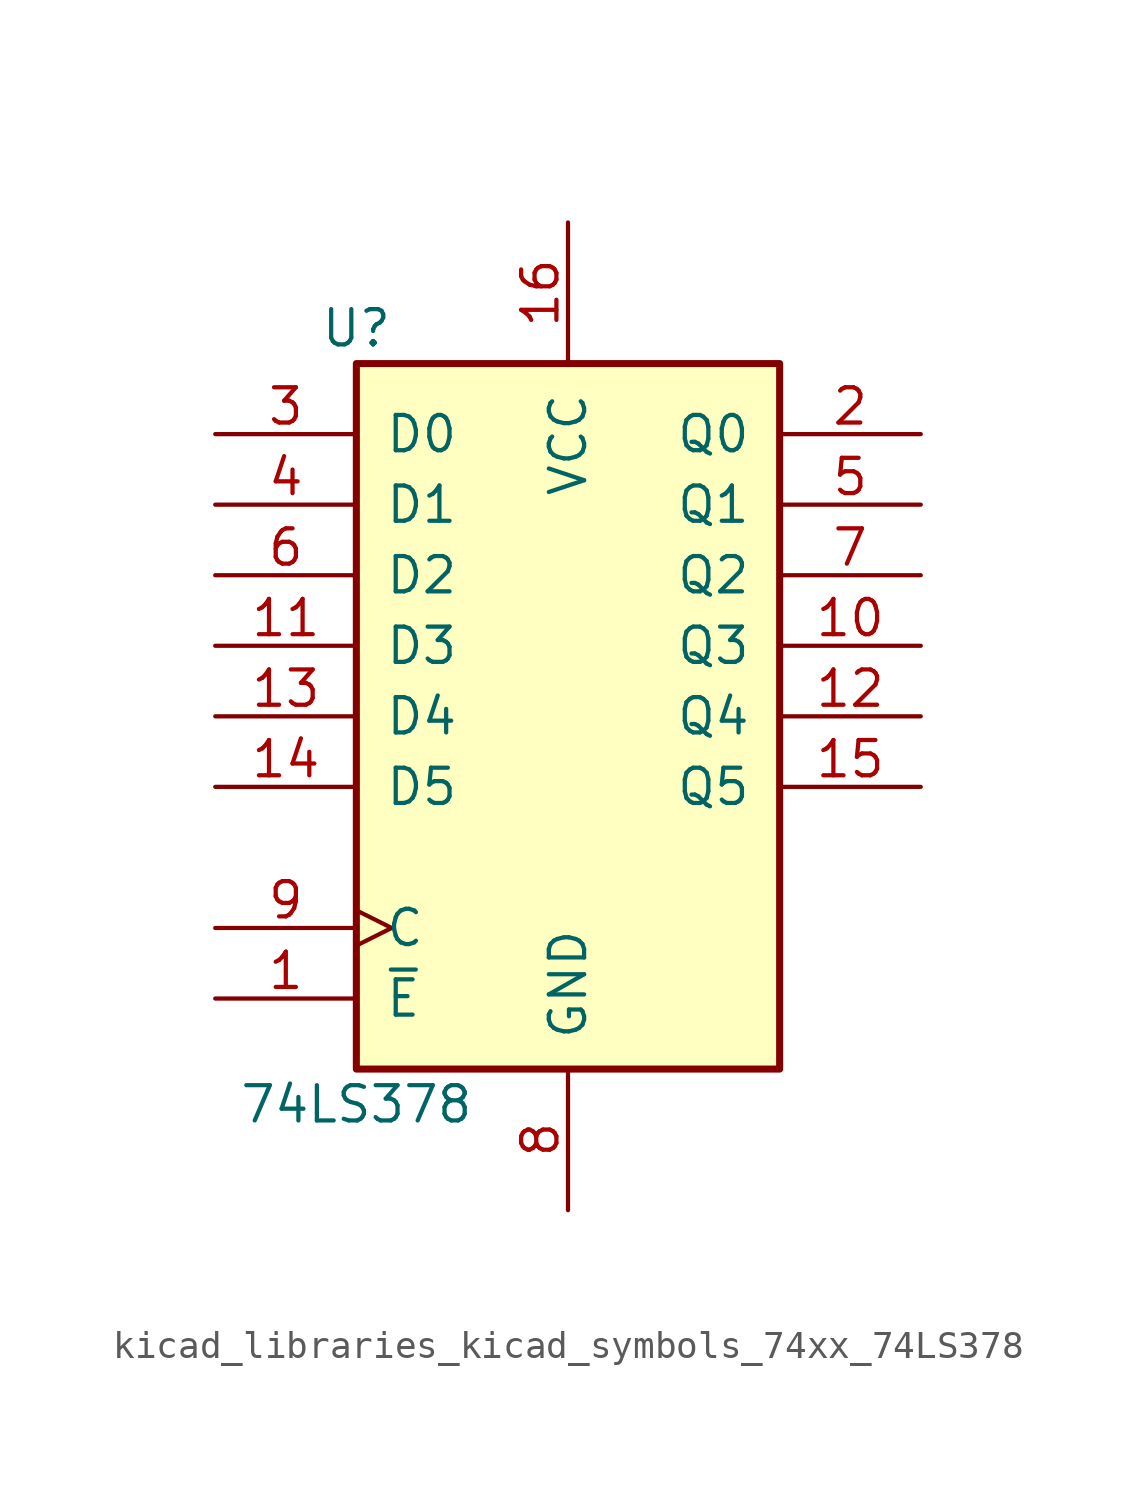
<source format=kicad_sym>
(kicad_symbol_lib
  (version 20220914)
  (generator kicad_symbol_editor)
  (symbol "kicad_libraries_kicad_symbols_74xx_74LS378"
    (pin_names
      (offset 1.016))
    (property "Reference" "U"
      (at -7.62 13.97 0)
      (effects (font (size 1.27 1.27))))
    (property "Value" "74LS378"
      (at -7.62 -13.97 0)
      (effects (font (size 1.27 1.27))))
    (property "ki_locked" ""
      (at 0 0 0)
      (effects (font (size 1.27 1.27))))
    (symbol "kicad_libraries_kicad_symbols_74xx_74LS378_1_0"
      (pin input line (at -12.7 -10.16 0) (length 5.08) (name "~{E}" (effects (font (size 1.27 1.27)))) (number "1" (effects (font (size 1.27 1.27)))))
      (pin output line (at 12.7 2.54 180) (length 5.08) (name "Q3" (effects (font (size 1.27 1.27)))) (number "10" (effects (font (size 1.27 1.27)))))
      (pin input line (at -12.7 2.54 0) (length 5.08) (name "D3" (effects (font (size 1.27 1.27)))) (number "11" (effects (font (size 1.27 1.27)))))
      (pin output line (at 12.7 0 180) (length 5.08) (name "Q4" (effects (font (size 1.27 1.27)))) (number "12" (effects (font (size 1.27 1.27)))))
      (pin input line (at -12.7 0 0) (length 5.08) (name "D4" (effects (font (size 1.27 1.27)))) (number "13" (effects (font (size 1.27 1.27)))))
      (pin input line (at -12.7 -2.54 0) (length 5.08) (name "D5" (effects (font (size 1.27 1.27)))) (number "14" (effects (font (size 1.27 1.27)))))
      (pin output line (at 12.7 -2.54 180) (length 5.08) (name "Q5" (effects (font (size 1.27 1.27)))) (number "15" (effects (font (size 1.27 1.27)))))
      (pin power_in line (at 0 17.78 270) (length 5.08) (name "VCC" (effects (font (size 1.27 1.27)))) (number "16" (effects (font (size 1.27 1.27)))))
      (pin output line (at 12.7 10.16 180) (length 5.08) (name "Q0" (effects (font (size 1.27 1.27)))) (number "2" (effects (font (size 1.27 1.27)))))
      (pin input line (at -12.7 10.16 0) (length 5.08) (name "D0" (effects (font (size 1.27 1.27)))) (number "3" (effects (font (size 1.27 1.27)))))
      (pin input line (at -12.7 7.62 0) (length 5.08) (name "D1" (effects (font (size 1.27 1.27)))) (number "4" (effects (font (size 1.27 1.27)))))
      (pin output line (at 12.7 7.62 180) (length 5.08) (name "Q1" (effects (font (size 1.27 1.27)))) (number "5" (effects (font (size 1.27 1.27)))))
      (pin input line (at -12.7 5.08 0) (length 5.08) (name "D2" (effects (font (size 1.27 1.27)))) (number "6" (effects (font (size 1.27 1.27)))))
      (pin output line (at 12.7 5.08 180) (length 5.08) (name "Q2" (effects (font (size 1.27 1.27)))) (number "7" (effects (font (size 1.27 1.27)))))
      (pin power_in line (at 0 -17.78 90) (length 5.08) (name "GND" (effects (font (size 1.27 1.27)))) (number "8" (effects (font (size 1.27 1.27)))))
      (pin input clock (at -12.7 -7.62 0) (length 5.08) (name "C" (effects (font (size 1.27 1.27)))) (number "9" (effects (font (size 1.27 1.27))))))
    (symbol "kicad_libraries_kicad_symbols_74xx_74LS378_1_1"
      (rectangle (start -7.62 12.7) (end 7.62 -12.7) (stroke (width 0.254) (type default)) (fill (type background))))))
</source>
